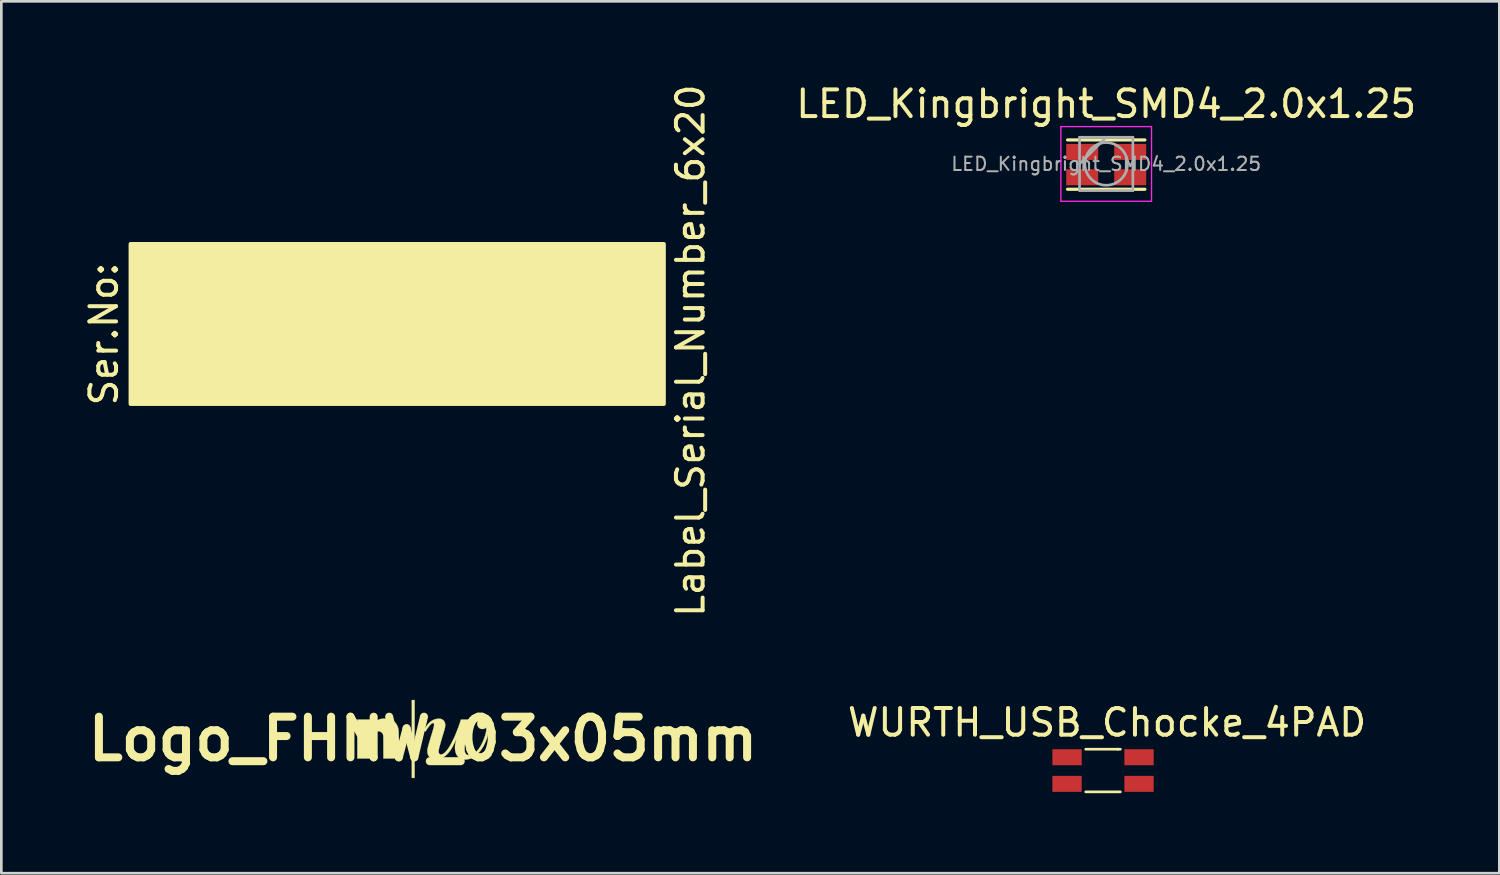
<source format=kicad_pcb>
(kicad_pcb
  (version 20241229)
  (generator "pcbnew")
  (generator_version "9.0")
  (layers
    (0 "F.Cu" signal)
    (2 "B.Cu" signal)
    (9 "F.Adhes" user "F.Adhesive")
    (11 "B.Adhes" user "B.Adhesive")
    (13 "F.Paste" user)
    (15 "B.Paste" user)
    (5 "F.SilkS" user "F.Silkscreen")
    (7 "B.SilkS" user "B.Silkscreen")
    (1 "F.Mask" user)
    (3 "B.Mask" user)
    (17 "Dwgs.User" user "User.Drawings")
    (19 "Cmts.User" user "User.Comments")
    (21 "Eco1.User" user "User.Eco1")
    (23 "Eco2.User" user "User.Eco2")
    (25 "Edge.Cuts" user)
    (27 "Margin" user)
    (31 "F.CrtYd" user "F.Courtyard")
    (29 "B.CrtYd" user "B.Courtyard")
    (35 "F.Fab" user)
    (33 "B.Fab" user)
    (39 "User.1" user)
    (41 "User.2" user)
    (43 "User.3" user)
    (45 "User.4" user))
  (footprint "LED_Kingbright_SMD4_2.0x1.25"
    (layer "F.Cu")
    (at 38.441 3.098)
    (property "Reference" "LED_Kingbright_SMD4_2.0x1.25" (at 0 -2.25 0) (layer "F.SilkS") (effects (font (size 1 1) (thickness 0.15))))
    (attr smd)
    (fp_line (start -1.45 -0.9) (end 1.45 -0.9) (stroke (width 0.12) (type solid)) (layer "F.SilkS"))
    (fp_line (start -1.45 0.95) (end 1.45 0.95) (stroke (width 0.12) (type solid)) (layer "F.SilkS"))
    (fp_line (start -1.7 -1.4) (end -1.7 1.4) (stroke (width 0.05) (type solid)) (layer "F.CrtYd"))
    (fp_line (start -1.7 1.4) (end 1.7 1.4) (stroke (width 0.05) (type solid)) (layer "F.CrtYd"))
    (fp_line (start 1.7 -1.4) (end -1.7 -1.4) (stroke (width 0.05) (type solid)) (layer "F.CrtYd"))
    (fp_line (start 1.7 1.4) (end 1.7 -1.4) (stroke (width 0.05) (type solid)) (layer "F.CrtYd"))
    (fp_line (start -1 -1) (end -1 1) (stroke (width 0.1) (type solid)) (layer "F.Fab"))
    (fp_line (start -1 1) (end 1 1) (stroke (width 0.1) (type solid)) (layer "F.Fab"))
    (fp_line (start 0 -1) (end -1 0) (stroke (width 0.1) (type solid)) (layer "F.Fab"))
    (fp_line (start 1 -1) (end -1 -1) (stroke (width 0.1) (type solid)) (layer "F.Fab"))
    (fp_line (start 1 1) (end 1 -1) (stroke (width 0.1) (type solid)) (layer "F.Fab"))
    (fp_circle (center 0 0) (end 0.8 0) (stroke (width 0.1) (type solid)) (fill no) (layer "F.Fab"))
    (fp_text user "${REFERENCE}" (at 0 0 0) (layer "F.Fab") (effects (font (size 0.5 0.5) (thickness 0.075))))
    (pad "1" smd rect (at -0.9 0.5) (size 1.2 0.6) (layers "F.Cu" "F.Mask" "F.Paste"))
    (pad "2" smd rect (at 0.9 0.5) (size 1.2 0.6) (layers "F.Cu" "F.Mask" "F.Paste"))
    (pad "3" smd rect (at 0.9 -0.45) (size 1.2 0.6) (layers "F.Cu" "F.Mask" "F.Paste"))
    (pad "4" smd rect (at -0.9 -0.45) (size 1.2 0.6) (layers "F.Cu" "F.Mask" "F.Paste")))
  (footprint "Label_Serial_Number_6x20"
    (layer "F.Cu")
    (at 11.848 9.101)
    (property "Reference" "Label_Serial_Number_6x20" (at 11 1 90) (layer "F.SilkS") (effects (font (size 1 1) (thickness 0.15))))
    (attr through_hole)
    (fp_poly (pts (xy -10 3) (xy -10 -3) (xy 10 -3) (xy 10 3)) (stroke (width 0.15) (type solid)) (fill yes) (layer "F.SilkS"))
    (fp_text user "Ser.No: " (at -11 0 90) (layer "F.SilkS") (effects (font (size 1 1) (thickness 0.15)))))
  (footprint "Logo_FHNW_03x05mm"
    (layer "F.Cu")
    (at 12.816 24.666)
    (property "Reference" "Logo_FHNW_03x05mm" (at 0 0 0) (layer "F.SilkS") (effects (font (size 1.524 1.524) (thickness 0.3))))
    (attr through_hole)
    (fp_poly (pts (xy -0.316 1.462) (xy -0.419 1.462) (xy -0.419 -1.459) (xy -0.316 -1.459) (xy -0.316 1.462)) (stroke (width 0.01) (type solid)) (fill yes) (layer "F.SilkS"))
    (fp_poly (pts (xy -1.401 -0.763) (xy -1.398 -0.762) (xy -1.328 -0.754) (xy -1.264 -0.741) (xy -1.205 -0.722) (xy -1.151 -0.697) (xy -1.102 -0.668) (xy -1.059 -0.632) (xy -1.021 -0.591) (xy -0.989 -0.545) (xy -0.962 -0.493) (xy -0.941 -0.436) (xy -0.933 -0.41) (xy -0.93 -0.398) (xy -0.927 -0.387) (xy -0.925 -0.376) (xy -0.923 -0.366) (xy -0.921 -0.355) (xy -0.919 -0.343) (xy -0.917 -0.33) (xy -0.916 -0.316) (xy -0.915 -0.299) (xy -0.914 -0.28) (xy -0.913 -0.257) (xy -0.912 -0.232) (xy -0.912 -0.202) (xy -0.911 -0.169) (xy -0.911 -0.13) (xy -0.91 -0.087) (xy -0.91 -0.038) (xy -0.91 0.017) (xy -0.91 0.079) (xy -0.91 0.147) (xy -0.909 0.222) (xy -0.908 0.731) (xy -1.485 0.731) (xy -1.486 0.305) (xy -1.487 0.237) (xy -1.487 0.177) (xy -1.487 0.123) (xy -1.487 0.075) (xy -1.487 0.034) (xy -1.488 -0.002) (xy -1.488 -0.033) (xy -1.489 -0.06) (xy -1.489 -0.083) (xy -1.49 -0.102) (xy -1.491 -0.117) (xy -1.493 -0.131) (xy -1.494 -0.142) (xy -1.496 -0.151) (xy -1.498 -0.159) (xy -1.501 -0.166) (xy -1.503 -0.172) (xy -1.506 -0.179) (xy -1.51 -0.186) (xy -1.513 -0.192) (xy -1.532 -0.222) (xy -1.556 -0.246) (xy -1.584 -0.265) (xy -1.617 -0.279) (xy -1.654 -0.286) (xy -1.693 -0.287) (xy -1.703 -0.287) (xy -1.743 -0.28) (xy -1.778 -0.268) (xy -1.808 -0.25) (xy -1.834 -0.226) (xy -1.855 -0.196) (xy -1.872 -0.159) (xy -1.873 -0.155) (xy -1.884 -0.125) (xy -1.886 0.731) (xy -2.463 0.731) (xy -2.463 -0.727) (xy -1.917 -0.727) (xy -1.917 -0.495) (xy -1.897 -0.523) (xy -1.859 -0.575) (xy -1.819 -0.619) (xy -1.778 -0.657) (xy -1.755 -0.675) (xy -1.705 -0.705) (xy -1.652 -0.729) (xy -1.594 -0.747) (xy -1.533 -0.758) (xy -1.468 -0.764) (xy -1.401 -0.763)) (stroke (width 0.01) (type solid)) (fill yes) (layer "F.SilkS"))
    (fp_poly (pts (xy 2.259 -0.76) (xy 2.296 -0.752) (xy 2.33 -0.737) (xy 2.361 -0.715) (xy 2.389 -0.688) (xy 2.412 -0.653) (xy 2.423 -0.632) (xy 2.438 -0.595) (xy 2.449 -0.555) (xy 2.457 -0.511) (xy 2.462 -0.462) (xy 2.463 -0.406) (xy 2.461 -0.344) (xy 2.456 -0.282) (xy 2.446 -0.219) (xy 2.432 -0.153) (xy 2.425 -0.122) (xy 2.399 -0.032) (xy 2.368 0.056) (xy 2.333 0.141) (xy 2.293 0.223) (xy 2.25 0.301) (xy 2.203 0.374) (xy 2.153 0.443) (xy 2.1 0.506) (xy 2.045 0.564) (xy 1.987 0.615) (xy 1.927 0.66) (xy 1.865 0.698) (xy 1.859 0.701) (xy 1.805 0.727) (xy 1.75 0.747) (xy 1.695 0.761) (xy 1.639 0.77) (xy 1.585 0.773) (xy 1.532 0.771) (xy 1.482 0.763) (xy 1.435 0.749) (xy 1.392 0.73) (xy 1.361 0.71) (xy 1.327 0.682) (xy 1.296 0.649) (xy 1.269 0.611) (xy 1.247 0.572) (xy 1.243 0.562) (xy 1.224 0.51) (xy 1.21 0.453) (xy 1.201 0.393) (xy 1.198 0.332) (xy 1.199 0.271) (xy 1.202 0.242) (xy 1.205 0.221) (xy 1.21 0.195) (xy 1.215 0.166) (xy 1.22 0.135) (xy 1.226 0.104) (xy 1.232 0.074) (xy 1.238 0.048) (xy 1.243 0.028) (xy 1.245 0.02) (xy 1.248 0.007) (xy 1.248 0.001) (xy 1.246 0.001) (xy 1.242 0.008) (xy 1.236 0.021) (xy 1.228 0.039) (xy 1.226 0.045) (xy 1.184 0.144) (xy 1.14 0.237) (xy 1.094 0.321) (xy 1.047 0.399) (xy 0.997 0.469) (xy 0.946 0.531) (xy 0.893 0.587) (xy 0.838 0.635) (xy 0.781 0.676) (xy 0.723 0.71) (xy 0.662 0.736) (xy 0.627 0.748) (xy 0.593 0.757) (xy 0.557 0.764) (xy 0.52 0.769) (xy 0.485 0.773) (xy 0.452 0.774) (xy 0.424 0.772) (xy 0.416 0.771) (xy 0.37 0.76) (xy 0.327 0.742) (xy 0.288 0.719) (xy 0.26 0.696) (xy 0.228 0.662) (xy 0.202 0.625) (xy 0.184 0.585) (xy 0.171 0.541) (xy 0.165 0.494) (xy 0.164 0.462) (xy 0.164 0.448) (xy 0.165 0.434) (xy 0.165 0.421) (xy 0.166 0.407) (xy 0.168 0.393) (xy 0.17 0.378) (xy 0.173 0.361) (xy 0.177 0.342) (xy 0.182 0.321) (xy 0.187 0.298) (xy 0.194 0.271) (xy 0.202 0.241) (xy 0.212 0.208) (xy 0.222 0.17) (xy 0.235 0.127) (xy 0.249 0.08) (xy 0.264 0.027) (xy 0.282 -0.031) (xy 0.301 -0.096) (xy 0.323 -0.167) (xy 0.346 -0.245) (xy 0.35 -0.258) (xy 0.359 -0.288) (xy 0.369 -0.321) (xy 0.378 -0.354) (xy 0.387 -0.385) (xy 0.394 -0.412) (xy 0.395 -0.418) (xy 0.402 -0.444) (xy 0.406 -0.465) (xy 0.41 -0.481) (xy 0.412 -0.496) (xy 0.413 -0.511) (xy 0.413 -0.528) (xy 0.413 -0.529) (xy 0.413 -0.555) (xy 0.41 -0.574) (xy 0.406 -0.588) (xy 0.399 -0.596) (xy 0.394 -0.598) (xy 0.385 -0.599) (xy 0.371 -0.596) (xy 0.355 -0.59) (xy 0.339 -0.583) (xy 0.329 -0.577) (xy 0.309 -0.562) (xy 0.286 -0.541) (xy 0.262 -0.514) (xy 0.235 -0.484) (xy 0.208 -0.45) (xy 0.181 -0.413) (xy 0.154 -0.375) (xy 0.128 -0.336) (xy 0.106 -0.299) (xy 0.1 -0.289) (xy 0.094 -0.282) (xy 0.092 -0.281) (xy 0.088 -0.283) (xy 0.078 -0.288) (xy 0.066 -0.295) (xy 0.06 -0.299) (xy 0.031 -0.317) (xy 0.045 -0.342) (xy 0.076 -0.397) (xy 0.105 -0.445) (xy 0.133 -0.488) (xy 0.16 -0.525) (xy 0.187 -0.559) (xy 0.215 -0.59) (xy 0.239 -0.613) (xy 0.289 -0.656) (xy 0.342 -0.691) (xy 0.397 -0.719) (xy 0.454 -0.74) (xy 0.514 -0.753) (xy 0.576 -0.759) (xy 0.591 -0.76) (xy 0.614 -0.76) (xy 0.631 -0.759) (xy 0.645 -0.758) (xy 0.657 -0.756) (xy 0.67 -0.752) (xy 0.673 -0.751) (xy 0.713 -0.735) (xy 0.748 -0.713) (xy 0.777 -0.687) (xy 0.8 -0.655) (xy 0.818 -0.618) (xy 0.829 -0.577) (xy 0.834 -0.536) (xy 0.834 -0.504) (xy 0.831 -0.468) (xy 0.824 -0.427) (xy 0.813 -0.381) (xy 0.799 -0.329) (xy 0.787 -0.289) (xy 0.783 -0.275) (xy 0.777 -0.254) (xy 0.769 -0.228) (xy 0.76 -0.197) (xy 0.749 -0.162) (xy 0.738 -0.124) (xy 0.726 -0.084) (xy 0.714 -0.042) (xy 0.701 0.001) (xy 0.689 0.043) (xy 0.676 0.085) (xy 0.665 0.125) (xy 0.654 0.162) (xy 0.644 0.196) (xy 0.636 0.225) (xy 0.629 0.249) (xy 0.623 0.268) (xy 0.621 0.277) (xy 0.612 0.313) (xy 0.603 0.349) (xy 0.596 0.383) (xy 0.591 0.414) (xy 0.587 0.44) (xy 0.585 0.461) (xy 0.585 0.466) (xy 0.588 0.499) (xy 0.596 0.528) (xy 0.609 0.552) (xy 0.628 0.57) (xy 0.634 0.574) (xy 0.645 0.58) (xy 0.657 0.582) (xy 0.672 0.582) (xy 0.704 0.578) (xy 0.737 0.566) (xy 0.772 0.547) (xy 0.807 0.52) (xy 0.844 0.485) (xy 0.881 0.443) (xy 0.92 0.394) (xy 0.96 0.337) (xy 1.001 0.272) (xy 1.005 0.265) (xy 1.021 0.237) (xy 1.04 0.203) (xy 1.06 0.165) (xy 1.082 0.124) (xy 1.104 0.08) (xy 1.126 0.036) (xy 1.147 -0.008) (xy 1.167 -0.05) (xy 1.185 -0.089) (xy 1.197 -0.117) (xy 1.218 -0.167) (xy 1.24 -0.22) (xy 1.262 -0.275) (xy 1.284 -0.332) (xy 1.306 -0.388) (xy 1.327 -0.444) (xy 1.346 -0.499) (xy 1.365 -0.551) (xy 1.382 -0.599) (xy 1.396 -0.643) (xy 1.408 -0.682) (xy 1.414 -0.703) (xy 1.421 -0.727) (xy 1.813 -0.727) (xy 1.811 -0.717) (xy 1.809 -0.708) (xy 1.804 -0.692) (xy 1.799 -0.671) (xy 1.792 -0.645) (xy 1.784 -0.615) (xy 1.774 -0.581) (xy 1.765 -0.545) (xy 1.754 -0.507) (xy 1.744 -0.469) (xy 1.733 -0.43) (xy 1.723 -0.393) (xy 1.713 -0.357) (xy 1.704 -0.324) (xy 1.696 -0.294) (xy 1.693 -0.283) (xy 1.677 -0.226) (xy 1.662 -0.17) (xy 1.647 -0.115) (xy 1.634 -0.063) (xy 1.621 -0.013) (xy 1.61 0.032) (xy 1.6 0.073) (xy 1.592 0.107) (xy 1.586 0.135) (xy 1.578 0.174) (xy 1.572 0.209) (xy 1.567 0.239) (xy 1.564 0.268) (xy 1.562 0.297) (xy 1.561 0.328) (xy 1.561 0.364) (xy 1.561 0.366) (xy 1.561 0.4) (xy 1.562 0.429) (xy 1.564 0.453) (xy 1.568 0.473) (xy 1.573 0.491) (xy 1.579 0.509) (xy 1.588 0.527) (xy 1.589 0.531) (xy 1.607 0.559) (xy 1.63 0.581) (xy 1.657 0.597) (xy 1.688 0.607) (xy 1.723 0.612) (xy 1.761 0.61) (xy 1.801 0.601) (xy 1.845 0.587) (xy 1.849 0.585) (xy 1.887 0.566) (xy 1.926 0.54) (xy 1.966 0.508) (xy 2.006 0.47) (xy 2.045 0.427) (xy 2.083 0.38) (xy 2.116 0.334) (xy 2.158 0.267) (xy 2.198 0.194) (xy 2.236 0.117) (xy 2.27 0.038) (xy 2.301 -0.042) (xy 2.328 -0.121) (xy 2.349 -0.2) (xy 2.366 -0.274) (xy 2.367 -0.283) (xy 2.37 -0.302) (xy 2.372 -0.324) (xy 2.374 -0.348) (xy 2.375 -0.37) (xy 2.376 -0.392) (xy 2.376 -0.41) (xy 2.375 -0.423) (xy 2.373 -0.43) (xy 2.373 -0.43) (xy 2.37 -0.432) (xy 2.363 -0.427) (xy 2.36 -0.424) (xy 2.341 -0.408) (xy 2.318 -0.393) (xy 2.294 -0.381) (xy 2.29 -0.38) (xy 2.269 -0.374) (xy 2.243 -0.372) (xy 2.215 -0.372) (xy 2.189 -0.374) (xy 2.167 -0.38) (xy 2.165 -0.38) (xy 2.13 -0.397) (xy 2.098 -0.42) (xy 2.072 -0.449) (xy 2.052 -0.482) (xy 2.043 -0.503) (xy 2.037 -0.524) (xy 2.034 -0.55) (xy 2.034 -0.578) (xy 2.037 -0.603) (xy 2.041 -0.623) (xy 2.057 -0.66) (xy 2.079 -0.691) (xy 2.106 -0.718) (xy 2.137 -0.738) (xy 2.173 -0.752) (xy 2.211 -0.76) (xy 2.219 -0.761) (xy 2.259 -0.76)) (stroke (width 0.01) (type solid)) (fill yes) (layer "F.SilkS")))
  (footprint "WURTH_USB_Chocke_4PAD"
    (layer "F.Cu")
    (at 36.972 25.351)
    (property "Reference" "WURTH_USB_Chocke_4PAD" (at 1.5 -1.3 0) (layer "F.SilkS") (effects (font (size 1 1) (thickness 0.15))))
    (attr through_hole)
    (fp_line (start 0.7 -0.3) (end 1.9 -0.3) (stroke (width 0.1) (type solid)) (layer "F.SilkS"))
    (fp_line (start 0.7 1.3) (end 2 1.3) (stroke (width 0.1) (type solid)) (layer "F.SilkS"))
    (fp_line (start 1.9 -0.3) (end 2 -0.3) (stroke (width 0.1) (type solid)) (layer "F.SilkS"))
    (pad "1" smd rect (at 0 0) (size 1.1 0.6) (layers "F.Cu" "F.Mask" "F.Paste"))
    (pad "2" smd rect (at 2.7 0) (size 1.1 0.6) (layers "F.Cu" "F.Mask" "F.Paste"))
    (pad "3" smd rect (at 2.7 1) (size 1.1 0.6) (layers "F.Cu" "F.Mask" "F.Paste"))
    (pad "4" smd rect (at 0 1) (size 1.1 0.6) (layers "F.Cu" "F.Mask" "F.Paste")))
  (gr_rect
    (start -3 -3)
    (end 53.185 29.701)
    (stroke (width 0.1) (type default))
    (fill no)
    (layer "Edge.Cuts")))
</source>
